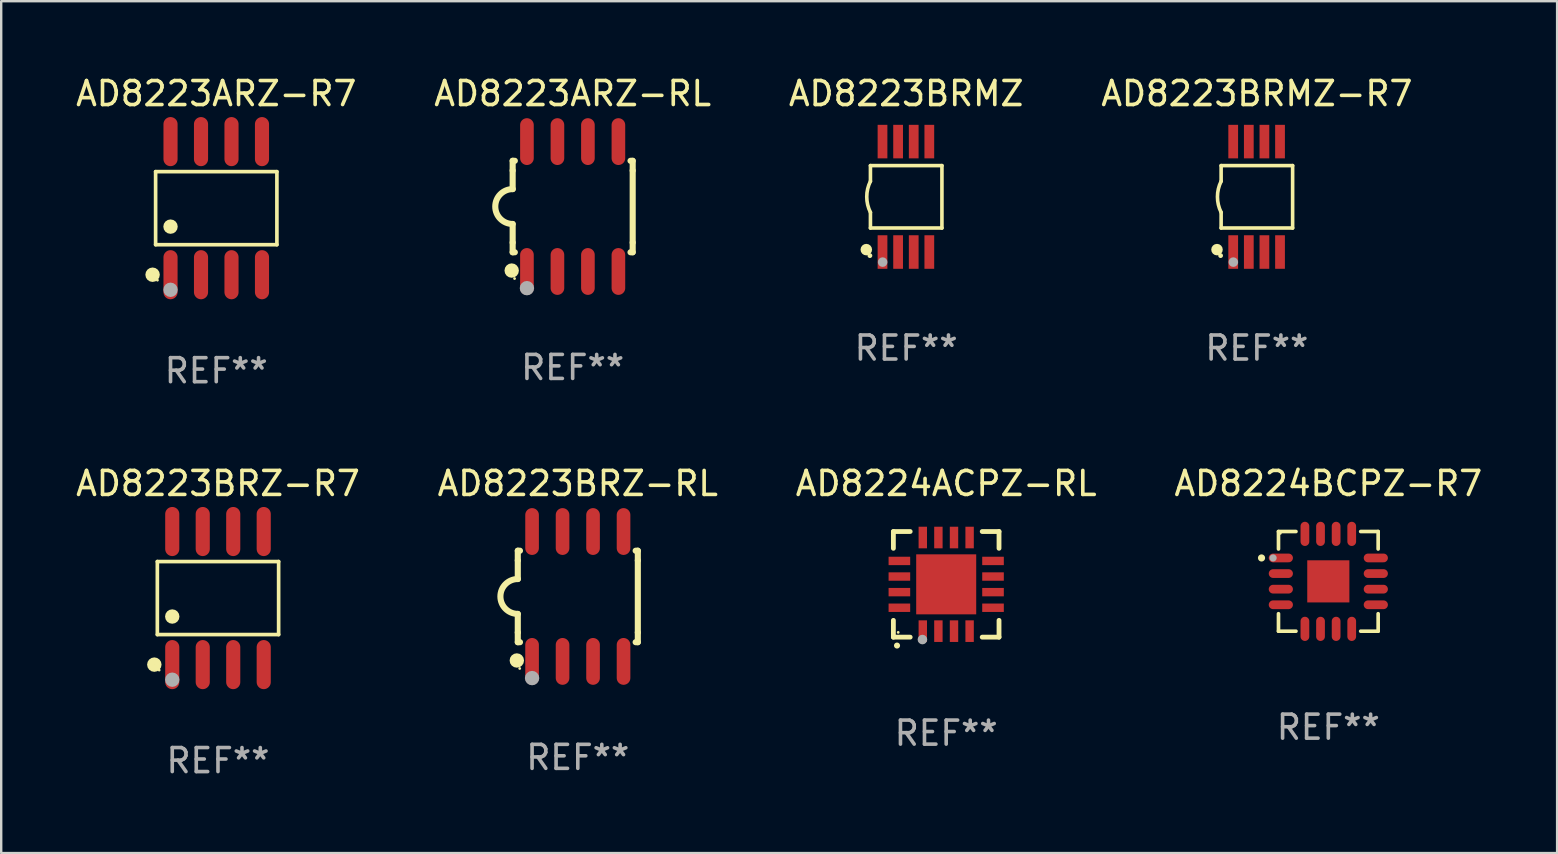
<source format=kicad_pcb>
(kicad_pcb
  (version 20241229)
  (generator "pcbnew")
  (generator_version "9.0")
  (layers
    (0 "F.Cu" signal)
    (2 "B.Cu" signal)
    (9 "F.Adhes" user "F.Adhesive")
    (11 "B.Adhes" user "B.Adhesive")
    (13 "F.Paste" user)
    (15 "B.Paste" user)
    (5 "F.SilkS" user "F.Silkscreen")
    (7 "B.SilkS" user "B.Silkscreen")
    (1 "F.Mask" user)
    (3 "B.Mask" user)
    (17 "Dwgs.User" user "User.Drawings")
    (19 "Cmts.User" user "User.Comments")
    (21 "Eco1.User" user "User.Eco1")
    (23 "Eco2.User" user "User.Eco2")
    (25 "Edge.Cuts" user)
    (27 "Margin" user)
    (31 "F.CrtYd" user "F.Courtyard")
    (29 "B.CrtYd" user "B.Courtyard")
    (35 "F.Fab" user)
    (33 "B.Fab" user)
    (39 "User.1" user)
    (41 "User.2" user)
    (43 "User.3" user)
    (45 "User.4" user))
  (footprint "AD8223BRZ-R7"
    (layer "F.Cu")
    (at 6.03 21.862)
    (property "Reference" "AD8223BRZ-R7" (at 0 -4.772 0) (layer "F.SilkS") (effects (font (size 1 1) (thickness 0.15))))
    (attr through_hole)
    (fp_line (start -2.526 -1.521) (end 2.526 -1.521) (stroke (width 0.152) (type solid)) (layer "F.SilkS"))
    (fp_line (start -2.526 1.521) (end -2.526 -1.521) (stroke (width 0.152) (type solid)) (layer "F.SilkS"))
    (fp_line (start 2.526 -1.521) (end 2.526 1.521) (stroke (width 0.152) (type solid)) (layer "F.SilkS"))
    (fp_line (start 2.526 1.521) (end -2.526 1.521) (stroke (width 0.152) (type solid)) (layer "F.SilkS"))
    (fp_circle (center -2.652 2.772) (end -2.501 2.772) (stroke (width 0.3) (type solid)) (fill no) (layer "F.SilkS"))
    (fp_circle (center -2.45 3) (end -2.42 3) (stroke (width 0.06) (type solid)) (fill no) (layer "F.SilkS"))
    (fp_circle (center -1.905 0.769) (end -1.755 0.769) (stroke (width 0.3) (type solid)) (fill no) (layer "F.SilkS"))
    (fp_circle (center -1.905 3.4) (end -1.755 3.4) (stroke (width 0.3) (type solid)) (fill no) (layer "F.Fab"))
    (fp_text user "REF**" (at 0 6.772 0) (layer "F.Fab") (effects (font (size 1 1) (thickness 0.15))))
    (pad "1" smd oval (at -1.905 2.772) (size 0.588 2.045) (layers "F.Cu" "F.Mask" "F.Paste"))
    (pad "2" smd oval (at -0.635 2.772) (size 0.588 2.045) (layers "F.Cu" "F.Mask" "F.Paste"))
    (pad "3" smd oval (at 0.635 2.772) (size 0.588 2.045) (layers "F.Cu" "F.Mask" "F.Paste"))
    (pad "4" smd oval (at 1.905 2.772) (size 0.588 2.045) (layers "F.Cu" "F.Mask" "F.Paste"))
    (pad "5" smd oval (at 1.905 -2.772) (size 0.588 2.045) (layers "F.Cu" "F.Mask" "F.Paste"))
    (pad "6" smd oval (at 0.635 -2.772) (size 0.588 2.045) (layers "F.Cu" "F.Mask" "F.Paste"))
    (pad "7" smd oval (at -0.635 -2.772) (size 0.588 2.045) (layers "F.Cu" "F.Mask" "F.Paste"))
    (pad "8" smd oval (at -1.905 -2.772) (size 0.588 2.045) (layers "F.Cu" "F.Mask" "F.Paste")))
  (footprint "AD8223ARZ-RL"
    (layer "F.Cu")
    (at 20.804 5.553)
    (property "Reference" "AD8223ARZ-RL" (at 0 -4.705 0) (layer "F.SilkS") (effects (font (size 1 1) (thickness 0.15))))
    (attr through_hole)
    (fp_line (start -2.5 -1.905) (end -2.409 -1.905) (stroke (width 0.254) (type solid)) (layer "F.SilkS"))
    (fp_line (start -2.5 -1.5) (end -2.5 -1.905) (stroke (width 0.254) (type solid)) (layer "F.SilkS"))
    (fp_line (start -2.5 -1.5) (end -2.5 -0.726) (stroke (width 0.254) (type solid)) (layer "F.SilkS"))
    (fp_line (start -2.5 1.5) (end -2.5 0.727) (stroke (width 0.254) (type solid)) (layer "F.SilkS"))
    (fp_line (start -2.5 1.5) (end -2.5 1.905) (stroke (width 0.254) (type solid)) (layer "F.SilkS"))
    (fp_line (start -2.5 1.905) (end -2.409 1.905) (stroke (width 0.254) (type solid)) (layer "F.SilkS"))
    (fp_line (start 2.5 -1.905) (end 2.409 -1.905) (stroke (width 0.254) (type solid)) (layer "F.SilkS"))
    (fp_line (start 2.5 -1.5) (end 2.5 -1.905) (stroke (width 0.254) (type solid)) (layer "F.SilkS"))
    (fp_line (start 2.5 -1.5) (end 2.5 1.5) (stroke (width 0.254) (type solid)) (layer "F.SilkS"))
    (fp_line (start 2.5 1.5) (end 2.5 1.905) (stroke (width 0.254) (type solid)) (layer "F.SilkS"))
    (fp_line (start 2.5 1.905) (end 2.409 1.905) (stroke (width 0.254) (type solid)) (layer "F.SilkS"))
    (fp_arc (start -2.5 0.726568) (mid -3.220316 -0.0023) (end -2.495097 -0.726289) (stroke (width 0.254001) (type solid)) (layer "F.SilkS"))
    (fp_circle (center -2.54 2.667) (end -2.39 2.667) (stroke (width 0.3) (type solid)) (fill no) (layer "F.SilkS"))
    (fp_circle (center -2.42 3) (end -2.39 3) (stroke (width 0.06) (type solid)) (fill no) (layer "F.SilkS"))
    (fp_circle (center -1.905 3.4) (end -1.755 3.4) (stroke (width 0.3) (type solid)) (fill no) (layer "F.Fab"))
    (fp_text user "REF**" (at 0 6.705 0) (layer "F.Fab") (effects (font (size 1 1) (thickness 0.15))))
    (pad "1" smd oval (at -1.905 2.705) (size 0.568 1.95) (layers "F.Cu" "F.Mask" "F.Paste"))
    (pad "2" smd oval (at -0.635 2.705) (size 0.568 1.95) (layers "F.Cu" "F.Mask" "F.Paste"))
    (pad "3" smd oval (at 0.635 2.705) (size 0.568 1.95) (layers "F.Cu" "F.Mask" "F.Paste"))
    (pad "4" smd oval (at 1.905 2.705) (size 0.568 1.95) (layers "F.Cu" "F.Mask" "F.Paste"))
    (pad "5" smd oval (at 1.905 -2.705) (size 0.568 1.95) (layers "F.Cu" "F.Mask" "F.Paste"))
    (pad "6" smd oval (at 0.635 -2.705) (size 0.568 1.95) (layers "F.Cu" "F.Mask" "F.Paste"))
    (pad "7" smd oval (at -0.635 -2.705) (size 0.568 1.95) (layers "F.Cu" "F.Mask" "F.Paste"))
    (pad "8" smd oval (at -1.905 -2.705) (size 0.568 1.95) (layers "F.Cu" "F.Mask" "F.Paste")))
  (footprint "AD8224BCPZ-R7"
    (layer "F.Cu")
    (at 52.28 21.166)
    (property "Reference" "AD8224BCPZ-R7" (at 0 -4.076 0) (layer "F.SilkS") (effects (font (size 1 1) (thickness 0.15))))
    (attr through_hole)
    (fp_line (start -2.076 -2.076) (end -2.076 -1.348) (stroke (width 0.152) (type solid)) (layer "F.SilkS"))
    (fp_line (start -2.076 2.076) (end -2.076 1.348) (stroke (width 0.152) (type solid)) (layer "F.SilkS"))
    (fp_line (start -1.348 -2.076) (end -2.076 -2.076) (stroke (width 0.152) (type solid)) (layer "F.SilkS"))
    (fp_line (start -1.348 2.076) (end -2.076 2.076) (stroke (width 0.152) (type solid)) (layer "F.SilkS"))
    (fp_line (start 1.348 -2.076) (end 2.076 -2.076) (stroke (width 0.152) (type solid)) (layer "F.SilkS"))
    (fp_line (start 1.348 2.076) (end 2.076 2.076) (stroke (width 0.152) (type solid)) (layer "F.SilkS"))
    (fp_line (start 2.076 -2.076) (end 2.076 -1.348) (stroke (width 0.152) (type solid)) (layer "F.SilkS"))
    (fp_line (start 2.076 2.076) (end 2.076 1.348) (stroke (width 0.152) (type solid)) (layer "F.SilkS"))
    (fp_circle (center -2.782 -0.975) (end -2.707 -0.975) (stroke (width 0.15) (type solid)) (fill no) (layer "F.SilkS"))
    (fp_circle (center -2 -2) (end -1.97 -2) (stroke (width 0.06) (type solid)) (fill no) (layer "F.SilkS"))
    (fp_circle (center -2.3 -0.975) (end -2.225 -0.975) (stroke (width 0.15) (type solid)) (fill no) (layer "F.Fab"))
    (fp_text user "REF**" (at 0 6.076 0) (layer "F.Fab") (effects (font (size 1 1) (thickness 0.15))))
    (pad "1" smd oval (at -1.978 -0.975 270) (size 0.364 1.007) (layers "F.Cu" "F.Mask" "F.Paste"))
    (pad "2" smd oval (at -1.978 -0.325 270) (size 0.364 1.007) (layers "F.Cu" "F.Mask" "F.Paste"))
    (pad "3" smd oval (at -1.978 0.325 270) (size 0.364 1.007) (layers "F.Cu" "F.Mask" "F.Paste"))
    (pad "4" smd oval (at -1.978 0.975 270) (size 0.364 1.007) (layers "F.Cu" "F.Mask" "F.Paste"))
    (pad "5" smd oval (at -0.975 1.978 270) (size 1.007 0.364) (layers "F.Cu" "F.Mask" "F.Paste"))
    (pad "6" smd oval (at -0.325 1.978 270) (size 1.007 0.364) (layers "F.Cu" "F.Mask" "F.Paste"))
    (pad "7" smd oval (at 0.325 1.978 270) (size 1.007 0.364) (layers "F.Cu" "F.Mask" "F.Paste"))
    (pad "8" smd oval (at 0.975 1.978 270) (size 1.007 0.364) (layers "F.Cu" "F.Mask" "F.Paste"))
    (pad "9" smd oval (at 1.978 0.975 270) (size 0.364 1.007) (layers "F.Cu" "F.Mask" "F.Paste"))
    (pad "10" smd oval (at 1.978 0.325 270) (size 0.364 1.007) (layers "F.Cu" "F.Mask" "F.Paste"))
    (pad "11" smd oval (at 1.978 -0.325 270) (size 0.364 1.007) (layers "F.Cu" "F.Mask" "F.Paste"))
    (pad "12" smd oval (at 1.978 -0.975 270) (size 0.364 1.007) (layers "F.Cu" "F.Mask" "F.Paste"))
    (pad "13" smd oval (at 0.975 -1.978 270) (size 1.007 0.364) (layers "F.Cu" "F.Mask" "F.Paste"))
    (pad "14" smd oval (at 0.325 -1.978 270) (size 1.007 0.364) (layers "F.Cu" "F.Mask" "F.Paste"))
    (pad "15" smd oval (at -0.325 -1.978 270) (size 1.007 0.364) (layers "F.Cu" "F.Mask" "F.Paste"))
    (pad "16" smd oval (at -0.975 -1.978 270) (size 1.007 0.364) (layers "F.Cu" "F.Mask" "F.Paste"))
    (pad "17" smd rect (at -0.000076 0.000076 270) (size 1.755 1.755) (layers "F.Cu" "F.Mask" "F.Paste")))
  (footprint "AD8223BRZ-RL"
    (layer "F.Cu")
    (at 21.018 21.795)
    (property "Reference" "AD8223BRZ-RL" (at 0 -4.705 0) (layer "F.SilkS") (effects (font (size 1 1) (thickness 0.15))))
    (attr through_hole)
    (fp_line (start -2.5 -1.905) (end -2.409 -1.905) (stroke (width 0.254) (type solid)) (layer "F.SilkS"))
    (fp_line (start -2.5 -1.5) (end -2.5 -1.905) (stroke (width 0.254) (type solid)) (layer "F.SilkS"))
    (fp_line (start -2.5 -1.5) (end -2.5 -0.726) (stroke (width 0.254) (type solid)) (layer "F.SilkS"))
    (fp_line (start -2.5 1.5) (end -2.5 0.727) (stroke (width 0.254) (type solid)) (layer "F.SilkS"))
    (fp_line (start -2.5 1.5) (end -2.5 1.905) (stroke (width 0.254) (type solid)) (layer "F.SilkS"))
    (fp_line (start -2.5 1.905) (end -2.409 1.905) (stroke (width 0.254) (type solid)) (layer "F.SilkS"))
    (fp_line (start 2.5 -1.905) (end 2.409 -1.905) (stroke (width 0.254) (type solid)) (layer "F.SilkS"))
    (fp_line (start 2.5 -1.5) (end 2.5 -1.905) (stroke (width 0.254) (type solid)) (layer "F.SilkS"))
    (fp_line (start 2.5 -1.5) (end 2.5 1.5) (stroke (width 0.254) (type solid)) (layer "F.SilkS"))
    (fp_line (start 2.5 1.5) (end 2.5 1.905) (stroke (width 0.254) (type solid)) (layer "F.SilkS"))
    (fp_line (start 2.5 1.905) (end 2.409 1.905) (stroke (width 0.254) (type solid)) (layer "F.SilkS"))
    (fp_arc (start -2.5 0.726568) (mid -3.220316 -0.0023) (end -2.495097 -0.726289) (stroke (width 0.254001) (type solid)) (layer "F.SilkS"))
    (fp_circle (center -2.54 2.667) (end -2.39 2.667) (stroke (width 0.3) (type solid)) (fill no) (layer "F.SilkS"))
    (fp_circle (center -2.42 3) (end -2.39 3) (stroke (width 0.06) (type solid)) (fill no) (layer "F.SilkS"))
    (fp_circle (center -1.905 3.4) (end -1.755 3.4) (stroke (width 0.3) (type solid)) (fill no) (layer "F.Fab"))
    (fp_text user "REF**" (at 0 6.705 0) (layer "F.Fab") (effects (font (size 1 1) (thickness 0.15))))
    (pad "1" smd oval (at -1.905 2.705) (size 0.568 1.95) (layers "F.Cu" "F.Mask" "F.Paste"))
    (pad "2" smd oval (at -0.635 2.705) (size 0.568 1.95) (layers "F.Cu" "F.Mask" "F.Paste"))
    (pad "3" smd oval (at 0.635 2.705) (size 0.568 1.95) (layers "F.Cu" "F.Mask" "F.Paste"))
    (pad "4" smd oval (at 1.905 2.705) (size 0.568 1.95) (layers "F.Cu" "F.Mask" "F.Paste"))
    (pad "5" smd oval (at 1.905 -2.705) (size 0.568 1.95) (layers "F.Cu" "F.Mask" "F.Paste"))
    (pad "6" smd oval (at 0.635 -2.705) (size 0.568 1.95) (layers "F.Cu" "F.Mask" "F.Paste"))
    (pad "7" smd oval (at -0.635 -2.705) (size 0.568 1.95) (layers "F.Cu" "F.Mask" "F.Paste"))
    (pad "8" smd oval (at -1.905 -2.705) (size 0.568 1.95) (layers "F.Cu" "F.Mask" "F.Paste")))
  (footprint "AD8223ARZ-R7"
    (layer "F.Cu")
    (at 5.958 5.621)
    (property "Reference" "AD8223ARZ-R7" (at 0 -4.772 0) (layer "F.SilkS") (effects (font (size 1 1) (thickness 0.15))))
    (attr through_hole)
    (fp_line (start -2.526 -1.521) (end 2.526 -1.521) (stroke (width 0.152) (type solid)) (layer "F.SilkS"))
    (fp_line (start -2.526 1.521) (end -2.526 -1.521) (stroke (width 0.152) (type solid)) (layer "F.SilkS"))
    (fp_line (start 2.526 -1.521) (end 2.526 1.521) (stroke (width 0.152) (type solid)) (layer "F.SilkS"))
    (fp_line (start 2.526 1.521) (end -2.526 1.521) (stroke (width 0.152) (type solid)) (layer "F.SilkS"))
    (fp_circle (center -2.652 2.772) (end -2.501 2.772) (stroke (width 0.3) (type solid)) (fill no) (layer "F.SilkS"))
    (fp_circle (center -2.45 3) (end -2.42 3) (stroke (width 0.06) (type solid)) (fill no) (layer "F.SilkS"))
    (fp_circle (center -1.905 0.769) (end -1.755 0.769) (stroke (width 0.3) (type solid)) (fill no) (layer "F.SilkS"))
    (fp_circle (center -1.905 3.4) (end -1.755 3.4) (stroke (width 0.3) (type solid)) (fill no) (layer "F.Fab"))
    (fp_text user "REF**" (at 0 6.772 0) (layer "F.Fab") (effects (font (size 1 1) (thickness 0.15))))
    (pad "1" smd oval (at -1.905 2.772) (size 0.588 2.045) (layers "F.Cu" "F.Mask" "F.Paste"))
    (pad "2" smd oval (at -0.635 2.772) (size 0.588 2.045) (layers "F.Cu" "F.Mask" "F.Paste"))
    (pad "3" smd oval (at 0.635 2.772) (size 0.588 2.045) (layers "F.Cu" "F.Mask" "F.Paste"))
    (pad "4" smd oval (at 1.905 2.772) (size 0.588 2.045) (layers "F.Cu" "F.Mask" "F.Paste"))
    (pad "5" smd oval (at 1.905 -2.772) (size 0.588 2.045) (layers "F.Cu" "F.Mask" "F.Paste"))
    (pad "6" smd oval (at 0.635 -2.772) (size 0.588 2.045) (layers "F.Cu" "F.Mask" "F.Paste"))
    (pad "7" smd oval (at -0.635 -2.772) (size 0.588 2.045) (layers "F.Cu" "F.Mask" "F.Paste"))
    (pad "8" smd oval (at -1.905 -2.772) (size 0.588 2.045) (layers "F.Cu" "F.Mask" "F.Paste")))
  (footprint "AD8223BRMZ-R7"
    (layer "F.Cu")
    (at 49.304 5.148)
    (property "Reference" "AD8223BRMZ-R7" (at 0 -4.3 0) (layer "F.SilkS") (effects (font (size 1 1) (thickness 0.15))))
    (attr through_hole)
    (fp_line (start -1.489 -1.3) (end -1.489 -0.648) (stroke (width 0.15) (type solid)) (layer "F.SilkS"))
    (fp_line (start -1.489 0.648) (end -1.489 1.3) (stroke (width 0.15) (type solid)) (layer "F.SilkS"))
    (fp_line (start -1.489 1.3) (end 1.489 1.3) (stroke (width 0.15) (type solid)) (layer "F.SilkS"))
    (fp_line (start 1.489 -1.3) (end -1.489 -1.3) (stroke (width 0.15) (type solid)) (layer "F.SilkS"))
    (fp_line (start 1.489 1.3) (end 1.489 -1.3) (stroke (width 0.15) (type solid)) (layer "F.SilkS"))
    (fp_arc (start -1.489205 0.647702) (mid -1.642107 0) (end -1.489205 -0.647701) (stroke (width 0.150013) (type solid)) (layer "F.SilkS"))
    (fp_circle (center -1.661 2.2) (end -1.541 2.2) (stroke (width 0.24) (type solid)) (fill no) (layer "F.SilkS"))
    (fp_circle (center -1.511 2.45) (end -1.461 2.45) (stroke (width 0.1) (type solid)) (fill no) (layer "F.SilkS"))
    (fp_circle (center -0.981 2.72) (end -0.881 2.72) (stroke (width 0.2) (type solid)) (fill no) (layer "F.Fab"))
    (fp_text user "REF**" (at 0 6.3 0) (layer "F.Fab") (effects (font (size 1 1) (thickness 0.15))))
    (pad "1" smd rect (at -0.986 2.3) (size 0.406 1.397) (layers "F.Cu" "F.Mask" "F.Paste"))
    (pad "2" smd rect (at -0.336 2.3) (size 0.406 1.397) (layers "F.Cu" "F.Mask" "F.Paste"))
    (pad "3" smd rect (at 0.314 2.3) (size 0.406 1.397) (layers "F.Cu" "F.Mask" "F.Paste"))
    (pad "4" smd rect (at 0.964 2.3) (size 0.406 1.397) (layers "F.Cu" "F.Mask" "F.Paste"))
    (pad "5" smd rect (at 0.964 -2.3) (size 0.406 1.397) (layers "F.Cu" "F.Mask" "F.Paste"))
    (pad "6" smd rect (at 0.314 -2.3) (size 0.406 1.397) (layers "F.Cu" "F.Mask" "F.Paste"))
    (pad "7" smd rect (at -0.336 -2.3) (size 0.406 1.397) (layers "F.Cu" "F.Mask" "F.Paste"))
    (pad "8" smd rect (at -0.986 -2.3) (size 0.406 1.397) (layers "F.Cu" "F.Mask" "F.Paste")))
  (footprint "AD8223BRMZ"
    (layer "F.Cu")
    (at 34.696 5.148)
    (property "Reference" "AD8223BRMZ" (at 0 -4.3 0) (layer "F.SilkS") (effects (font (size 1 1) (thickness 0.15))))
    (attr through_hole)
    (fp_line (start -1.489 -1.3) (end -1.489 -0.648) (stroke (width 0.15) (type solid)) (layer "F.SilkS"))
    (fp_line (start -1.489 0.648) (end -1.489 1.3) (stroke (width 0.15) (type solid)) (layer "F.SilkS"))
    (fp_line (start -1.489 1.3) (end 1.489 1.3) (stroke (width 0.15) (type solid)) (layer "F.SilkS"))
    (fp_line (start 1.489 -1.3) (end -1.489 -1.3) (stroke (width 0.15) (type solid)) (layer "F.SilkS"))
    (fp_line (start 1.489 1.3) (end 1.489 -1.3) (stroke (width 0.15) (type solid)) (layer "F.SilkS"))
    (fp_arc (start -1.489205 0.647702) (mid -1.642107 0) (end -1.489205 -0.647701) (stroke (width 0.150013) (type solid)) (layer "F.SilkS"))
    (fp_circle (center -1.661 2.2) (end -1.541 2.2) (stroke (width 0.24) (type solid)) (fill no) (layer "F.SilkS"))
    (fp_circle (center -1.511 2.45) (end -1.461 2.45) (stroke (width 0.1) (type solid)) (fill no) (layer "F.SilkS"))
    (fp_circle (center -0.981 2.72) (end -0.881 2.72) (stroke (width 0.2) (type solid)) (fill no) (layer "F.Fab"))
    (fp_text user "REF**" (at 0 6.3 0) (layer "F.Fab") (effects (font (size 1 1) (thickness 0.15))))
    (pad "1" smd rect (at -0.986 2.3) (size 0.406 1.397) (layers "F.Cu" "F.Mask" "F.Paste"))
    (pad "2" smd rect (at -0.336 2.3) (size 0.406 1.397) (layers "F.Cu" "F.Mask" "F.Paste"))
    (pad "3" smd rect (at 0.314 2.3) (size 0.406 1.397) (layers "F.Cu" "F.Mask" "F.Paste"))
    (pad "4" smd rect (at 0.964 2.3) (size 0.406 1.397) (layers "F.Cu" "F.Mask" "F.Paste"))
    (pad "5" smd rect (at 0.964 -2.3) (size 0.406 1.397) (layers "F.Cu" "F.Mask" "F.Paste"))
    (pad "6" smd rect (at 0.314 -2.3) (size 0.406 1.397) (layers "F.Cu" "F.Mask" "F.Paste"))
    (pad "7" smd rect (at -0.336 -2.3) (size 0.406 1.397) (layers "F.Cu" "F.Mask" "F.Paste"))
    (pad "8" smd rect (at -0.986 -2.3) (size 0.406 1.397) (layers "F.Cu" "F.Mask" "F.Paste")))
  (footprint "AD8224ACPZ-RL"
    (layer "F.Cu")
    (at 36.363 21.29)
    (property "Reference" "AD8224ACPZ-RL" (at 0 -4.2 0) (layer "F.SilkS") (effects (font (size 1 1) (thickness 0.15))))
    (attr through_hole)
    (fp_line (start -2.2 -2.2) (end -1.5 -2.2) (stroke (width 0.2) (type solid)) (layer "F.SilkS"))
    (fp_line (start -2.2 -1.5) (end -2.2 -2.2) (stroke (width 0.2) (type solid)) (layer "F.SilkS"))
    (fp_line (start -2.2 2.2) (end -2.2 1.5) (stroke (width 0.2) (type solid)) (layer "F.SilkS"))
    (fp_line (start -1.5 2.2) (end -2.2 2.2) (stroke (width 0.2) (type solid)) (layer "F.SilkS"))
    (fp_line (start 1.5 2.2) (end 2.2 2.2) (stroke (width 0.2) (type solid)) (layer "F.SilkS"))
    (fp_line (start 2.2 -2.2) (end 1.5 -2.2) (stroke (width 0.2) (type solid)) (layer "F.SilkS"))
    (fp_line (start 2.2 -1.5) (end 2.2 -2.2) (stroke (width 0.2) (type solid)) (layer "F.SilkS"))
    (fp_line (start 2.2 2.2) (end 2.2 1.5) (stroke (width 0.2) (type solid)) (layer "F.SilkS"))
    (fp_arc (start -2.049784 2.550165) (mid -2.048514 2.550159) (end -2.047244 2.550165) (stroke (width 0.25) (type solid)) (layer "F.SilkS"))
    (fp_circle (center -2 2) (end -1.97 2) (stroke (width 0.06) (type solid)) (fill no) (layer "F.SilkS"))
    (fp_circle (center -0.99 2.3) (end -0.89 2.3) (stroke (width 0.2) (type solid)) (fill no) (layer "F.Fab"))
    (fp_text user "REF**" (at 0 6.2 0) (layer "F.Fab") (effects (font (size 1 1) (thickness 0.15))))
    (pad "1" smd rect (at -0.975 1.95 180) (size 0.35 0.9) (layers "F.Cu" "F.Mask" "F.Paste"))
    (pad "2" smd rect (at -0.325 1.95 180) (size 0.35 0.9) (layers "F.Cu" "F.Mask" "F.Paste"))
    (pad "3" smd rect (at 0.325 1.95 180) (size 0.35 0.9) (layers "F.Cu" "F.Mask" "F.Paste"))
    (pad "4" smd rect (at 0.975 1.95 180) (size 0.35 0.9) (layers "F.Cu" "F.Mask" "F.Paste"))
    (pad "5" smd rect (at 1.95 0.975 90) (size 0.35 0.9) (layers "F.Cu" "F.Mask" "F.Paste"))
    (pad "6" smd rect (at 1.95 0.325 90) (size 0.35 0.9) (layers "F.Cu" "F.Mask" "F.Paste"))
    (pad "7" smd rect (at 1.95 -0.325 90) (size 0.35 0.9) (layers "F.Cu" "F.Mask" "F.Paste"))
    (pad "8" smd rect (at 1.95 -0.975 90) (size 0.35 0.9) (layers "F.Cu" "F.Mask" "F.Paste"))
    (pad "9" smd rect (at 0.975 -1.95 180) (size 0.35 0.9) (layers "F.Cu" "F.Mask" "F.Paste"))
    (pad "10" smd rect (at 0.325 -1.95 180) (size 0.35 0.9) (layers "F.Cu" "F.Mask" "F.Paste"))
    (pad "11" smd rect (at -0.325 -1.95 180) (size 0.35 0.9) (layers "F.Cu" "F.Mask" "F.Paste"))
    (pad "12" smd rect (at -0.975 -1.95 180) (size 0.35 0.9) (layers "F.Cu" "F.Mask" "F.Paste"))
    (pad "13" smd rect (at -1.95 -0.975 90) (size 0.35 0.9) (layers "F.Cu" "F.Mask" "F.Paste"))
    (pad "14" smd rect (at -1.95 -0.325 90) (size 0.35 0.9) (layers "F.Cu" "F.Mask" "F.Paste"))
    (pad "15" smd rect (at -1.95 0.325 90) (size 0.35 0.9) (layers "F.Cu" "F.Mask" "F.Paste"))
    (pad "16" smd rect (at -1.95 0.975 90) (size 0.35 0.9) (layers "F.Cu" "F.Mask" "F.Paste"))
    (pad "17" smd rect (at 0.000051 0.000051 90) (size 2.5 2.5) (layers "F.Cu" "F.Mask" "F.Paste")))
  (gr_rect
    (start -3 -3)
    (end 61.81 32.483)
    (stroke (width 0.1) (type default))
    (fill no)
    (layer "Edge.Cuts")))
</source>
